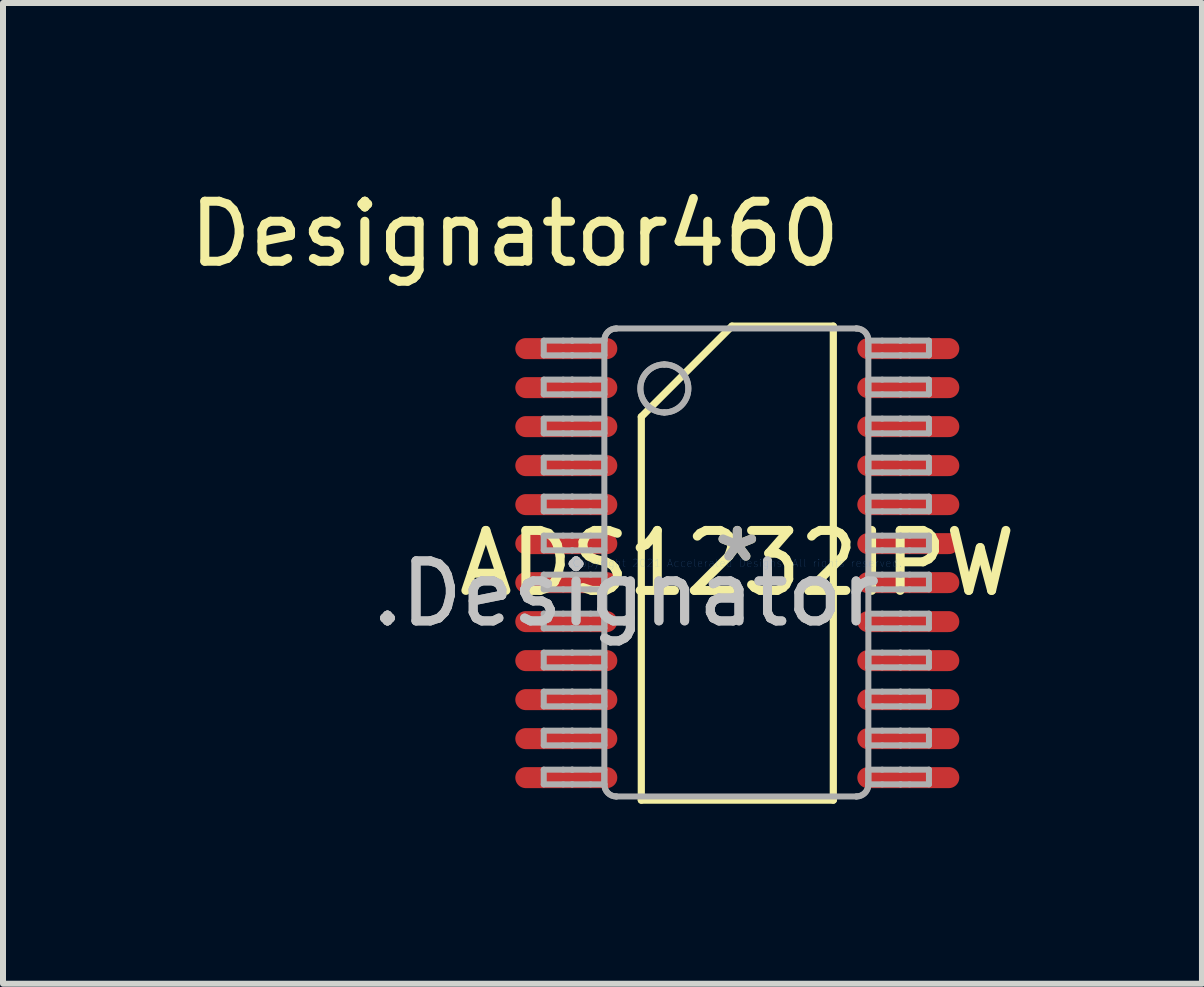
<source format=kicad_pcb>
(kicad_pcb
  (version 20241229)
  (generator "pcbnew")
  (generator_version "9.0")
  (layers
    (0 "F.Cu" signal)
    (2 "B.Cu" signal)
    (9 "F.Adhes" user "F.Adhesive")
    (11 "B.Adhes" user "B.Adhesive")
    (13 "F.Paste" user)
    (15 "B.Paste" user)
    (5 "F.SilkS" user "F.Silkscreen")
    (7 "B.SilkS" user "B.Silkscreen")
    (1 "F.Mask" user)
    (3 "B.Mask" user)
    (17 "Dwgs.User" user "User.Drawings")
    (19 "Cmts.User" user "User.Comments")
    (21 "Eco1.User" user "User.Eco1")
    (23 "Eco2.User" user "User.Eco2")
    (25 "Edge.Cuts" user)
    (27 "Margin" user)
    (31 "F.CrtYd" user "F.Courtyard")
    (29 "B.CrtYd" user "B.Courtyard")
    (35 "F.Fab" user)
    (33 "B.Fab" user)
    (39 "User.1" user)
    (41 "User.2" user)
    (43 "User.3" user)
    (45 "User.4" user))
  (footprint "ADS1232IPW"
    (layer "F.Cu")
    (at 9.238 6.335)
    (property "Reference" "ADS1232IPW" (at 0 0 0) (layer "F.SilkS") (effects (font (size 1 1) (thickness 0.15))))
    (attr through_hole)
    (fp_line (start -1.6 -2.439) (end -0.089 -3.95) (stroke (width 0.12) (type solid)) (layer "F.SilkS"))
    (fp_line (start -1.6 3.95) (end -1.6 -2.439) (stroke (width 0.12) (type solid)) (layer "F.SilkS"))
    (fp_line (start -1.6 3.95) (end 1.6 3.95) (stroke (width 0.12) (type solid)) (layer "F.SilkS"))
    (fp_line (start -0.089 -3.95) (end 1.6 -3.95) (stroke (width 0.12) (type solid)) (layer "F.SilkS"))
    (fp_line (start 1.6 3.95) (end 1.6 -3.95) (stroke (width 0.12) (type solid)) (layer "F.SilkS"))
    (fp_line (start -3.226 -3.708) (end -2.902 -3.708) (stroke (width 0.1) (type solid)) (layer "F.Fab"))
    (fp_line (start -3.226 -3.463) (end -3.226 -3.708) (stroke (width 0.1) (type solid)) (layer "F.Fab"))
    (fp_line (start -3.226 -3.463) (end -2.902 -3.463) (stroke (width 0.1) (type solid)) (layer "F.Fab"))
    (fp_line (start -3.226 -3.058) (end -2.902 -3.058) (stroke (width 0.1) (type solid)) (layer "F.Fab"))
    (fp_line (start -3.226 -2.813) (end -3.226 -3.058) (stroke (width 0.1) (type solid)) (layer "F.Fab"))
    (fp_line (start -3.226 -2.813) (end -2.902 -2.813) (stroke (width 0.1) (type solid)) (layer "F.Fab"))
    (fp_line (start -3.226 -2.408) (end -2.902 -2.408) (stroke (width 0.1) (type solid)) (layer "F.Fab"))
    (fp_line (start -3.226 -2.163) (end -3.226 -2.408) (stroke (width 0.1) (type solid)) (layer "F.Fab"))
    (fp_line (start -3.226 -2.163) (end -2.902 -2.163) (stroke (width 0.1) (type solid)) (layer "F.Fab"))
    (fp_line (start -3.226 -1.758) (end -2.902 -1.758) (stroke (width 0.1) (type solid)) (layer "F.Fab"))
    (fp_line (start -3.226 -1.513) (end -3.226 -1.758) (stroke (width 0.1) (type solid)) (layer "F.Fab"))
    (fp_line (start -3.226 -1.513) (end -2.902 -1.513) (stroke (width 0.1) (type solid)) (layer "F.Fab"))
    (fp_line (start -3.226 -1.108) (end -2.902 -1.108) (stroke (width 0.1) (type solid)) (layer "F.Fab"))
    (fp_line (start -3.226 -0.863) (end -3.226 -1.108) (stroke (width 0.1) (type solid)) (layer "F.Fab"))
    (fp_line (start -3.226 -0.863) (end -2.902 -0.863) (stroke (width 0.1) (type solid)) (layer "F.Fab"))
    (fp_line (start -3.226 -0.458) (end -2.902 -0.458) (stroke (width 0.1) (type solid)) (layer "F.Fab"))
    (fp_line (start -3.226 -0.213) (end -3.226 -0.458) (stroke (width 0.1) (type solid)) (layer "F.Fab"))
    (fp_line (start -3.226 -0.213) (end -2.902 -0.213) (stroke (width 0.1) (type solid)) (layer "F.Fab"))
    (fp_line (start -3.226 0.192) (end -2.902 0.192) (stroke (width 0.1) (type solid)) (layer "F.Fab"))
    (fp_line (start -3.226 0.437) (end -3.226 0.192) (stroke (width 0.1) (type solid)) (layer "F.Fab"))
    (fp_line (start -3.226 0.437) (end -2.902 0.437) (stroke (width 0.1) (type solid)) (layer "F.Fab"))
    (fp_line (start -3.226 0.842) (end -2.902 0.842) (stroke (width 0.1) (type solid)) (layer "F.Fab"))
    (fp_line (start -3.226 1.087) (end -3.226 0.842) (stroke (width 0.1) (type solid)) (layer "F.Fab"))
    (fp_line (start -3.226 1.087) (end -2.902 1.087) (stroke (width 0.1) (type solid)) (layer "F.Fab"))
    (fp_line (start -3.226 1.492) (end -2.902 1.492) (stroke (width 0.1) (type solid)) (layer "F.Fab"))
    (fp_line (start -3.226 1.737) (end -3.226 1.492) (stroke (width 0.1) (type solid)) (layer "F.Fab"))
    (fp_line (start -3.226 1.737) (end -2.902 1.737) (stroke (width 0.1) (type solid)) (layer "F.Fab"))
    (fp_line (start -3.226 2.142) (end -2.902 2.142) (stroke (width 0.1) (type solid)) (layer "F.Fab"))
    (fp_line (start -3.226 2.387) (end -3.226 2.142) (stroke (width 0.1) (type solid)) (layer "F.Fab"))
    (fp_line (start -3.226 2.387) (end -2.902 2.387) (stroke (width 0.1) (type solid)) (layer "F.Fab"))
    (fp_line (start -3.226 2.792) (end -2.902 2.792) (stroke (width 0.1) (type solid)) (layer "F.Fab"))
    (fp_line (start -3.226 3.037) (end -3.226 2.792) (stroke (width 0.1) (type solid)) (layer "F.Fab"))
    (fp_line (start -3.226 3.037) (end -2.902 3.037) (stroke (width 0.1) (type solid)) (layer "F.Fab"))
    (fp_line (start -3.226 3.442) (end -2.902 3.442) (stroke (width 0.1) (type solid)) (layer "F.Fab"))
    (fp_line (start -3.226 3.687) (end -3.226 3.442) (stroke (width 0.1) (type solid)) (layer "F.Fab"))
    (fp_line (start -3.226 3.687) (end -2.902 3.687) (stroke (width 0.1) (type solid)) (layer "F.Fab"))
    (fp_line (start -2.902 -3.708) (end -2.755 -3.708) (stroke (width 0.1) (type solid)) (layer "F.Fab"))
    (fp_line (start -2.902 -3.463) (end -2.755 -3.463) (stroke (width 0.1) (type solid)) (layer "F.Fab"))
    (fp_line (start -2.902 -3.058) (end -2.755 -3.058) (stroke (width 0.1) (type solid)) (layer "F.Fab"))
    (fp_line (start -2.902 -2.813) (end -2.755 -2.813) (stroke (width 0.1) (type solid)) (layer "F.Fab"))
    (fp_line (start -2.902 -2.408) (end -2.755 -2.408) (stroke (width 0.1) (type solid)) (layer "F.Fab"))
    (fp_line (start -2.902 -2.163) (end -2.755 -2.163) (stroke (width 0.1) (type solid)) (layer "F.Fab"))
    (fp_line (start -2.902 -1.758) (end -2.755 -1.758) (stroke (width 0.1) (type solid)) (layer "F.Fab"))
    (fp_line (start -2.902 -1.513) (end -2.755 -1.513) (stroke (width 0.1) (type solid)) (layer "F.Fab"))
    (fp_line (start -2.902 -1.108) (end -2.755 -1.108) (stroke (width 0.1) (type solid)) (layer "F.Fab"))
    (fp_line (start -2.902 -0.863) (end -2.755 -0.863) (stroke (width 0.1) (type solid)) (layer "F.Fab"))
    (fp_line (start -2.902 -0.458) (end -2.755 -0.458) (stroke (width 0.1) (type solid)) (layer "F.Fab"))
    (fp_line (start -2.902 -0.213) (end -2.755 -0.213) (stroke (width 0.1) (type solid)) (layer "F.Fab"))
    (fp_line (start -2.902 0.192) (end -2.755 0.192) (stroke (width 0.1) (type solid)) (layer "F.Fab"))
    (fp_line (start -2.902 0.437) (end -2.755 0.437) (stroke (width 0.1) (type solid)) (layer "F.Fab"))
    (fp_line (start -2.902 0.842) (end -2.755 0.842) (stroke (width 0.1) (type solid)) (layer "F.Fab"))
    (fp_line (start -2.902 1.087) (end -2.755 1.087) (stroke (width 0.1) (type solid)) (layer "F.Fab"))
    (fp_line (start -2.902 1.492) (end -2.755 1.492) (stroke (width 0.1) (type solid)) (layer "F.Fab"))
    (fp_line (start -2.902 1.737) (end -2.755 1.737) (stroke (width 0.1) (type solid)) (layer "F.Fab"))
    (fp_line (start -2.902 2.142) (end -2.755 2.142) (stroke (width 0.1) (type solid)) (layer "F.Fab"))
    (fp_line (start -2.902 2.387) (end -2.755 2.387) (stroke (width 0.1) (type solid)) (layer "F.Fab"))
    (fp_line (start -2.902 2.792) (end -2.755 2.792) (stroke (width 0.1) (type solid)) (layer "F.Fab"))
    (fp_line (start -2.902 3.037) (end -2.755 3.037) (stroke (width 0.1) (type solid)) (layer "F.Fab"))
    (fp_line (start -2.902 3.442) (end -2.755 3.442) (stroke (width 0.1) (type solid)) (layer "F.Fab"))
    (fp_line (start -2.902 3.687) (end -2.755 3.687) (stroke (width 0.1) (type solid)) (layer "F.Fab"))
    (fp_line (start -2.755 -3.708) (end -2.749 -3.708) (stroke (width 0.1) (type solid)) (layer "F.Fab"))
    (fp_line (start -2.755 -3.463) (end -2.749 -3.463) (stroke (width 0.1) (type solid)) (layer "F.Fab"))
    (fp_line (start -2.755 -3.058) (end -2.749 -3.058) (stroke (width 0.1) (type solid)) (layer "F.Fab"))
    (fp_line (start -2.755 -2.813) (end -2.749 -2.813) (stroke (width 0.1) (type solid)) (layer "F.Fab"))
    (fp_line (start -2.755 -2.408) (end -2.749 -2.408) (stroke (width 0.1) (type solid)) (layer "F.Fab"))
    (fp_line (start -2.755 -2.163) (end -2.749 -2.163) (stroke (width 0.1) (type solid)) (layer "F.Fab"))
    (fp_line (start -2.755 -1.758) (end -2.749 -1.758) (stroke (width 0.1) (type solid)) (layer "F.Fab"))
    (fp_line (start -2.755 -1.513) (end -2.749 -1.513) (stroke (width 0.1) (type solid)) (layer "F.Fab"))
    (fp_line (start -2.755 -1.108) (end -2.749 -1.108) (stroke (width 0.1) (type solid)) (layer "F.Fab"))
    (fp_line (start -2.755 -0.863) (end -2.749 -0.863) (stroke (width 0.1) (type solid)) (layer "F.Fab"))
    (fp_line (start -2.755 -0.458) (end -2.749 -0.458) (stroke (width 0.1) (type solid)) (layer "F.Fab"))
    (fp_line (start -2.755 -0.213) (end -2.749 -0.213) (stroke (width 0.1) (type solid)) (layer "F.Fab"))
    (fp_line (start -2.755 0.192) (end -2.749 0.192) (stroke (width 0.1) (type solid)) (layer "F.Fab"))
    (fp_line (start -2.755 0.437) (end -2.749 0.437) (stroke (width 0.1) (type solid)) (layer "F.Fab"))
    (fp_line (start -2.755 0.842) (end -2.749 0.842) (stroke (width 0.1) (type solid)) (layer "F.Fab"))
    (fp_line (start -2.755 1.087) (end -2.749 1.087) (stroke (width 0.1) (type solid)) (layer "F.Fab"))
    (fp_line (start -2.755 1.492) (end -2.749 1.492) (stroke (width 0.1) (type solid)) (layer "F.Fab"))
    (fp_line (start -2.755 1.737) (end -2.749 1.737) (stroke (width 0.1) (type solid)) (layer "F.Fab"))
    (fp_line (start -2.755 2.142) (end -2.749 2.142) (stroke (width 0.1) (type solid)) (layer "F.Fab"))
    (fp_line (start -2.755 2.387) (end -2.749 2.387) (stroke (width 0.1) (type solid)) (layer "F.Fab"))
    (fp_line (start -2.755 2.792) (end -2.749 2.792) (stroke (width 0.1) (type solid)) (layer "F.Fab"))
    (fp_line (start -2.755 3.037) (end -2.749 3.037) (stroke (width 0.1) (type solid)) (layer "F.Fab"))
    (fp_line (start -2.755 3.442) (end -2.749 3.442) (stroke (width 0.1) (type solid)) (layer "F.Fab"))
    (fp_line (start -2.755 3.687) (end -2.749 3.687) (stroke (width 0.1) (type solid)) (layer "F.Fab"))
    (fp_line (start -2.749 -3.708) (end -2.446 -3.708) (stroke (width 0.1) (type solid)) (layer "F.Fab"))
    (fp_line (start -2.749 -3.463) (end -2.446 -3.463) (stroke (width 0.1) (type solid)) (layer "F.Fab"))
    (fp_line (start -2.749 -3.058) (end -2.446 -3.058) (stroke (width 0.1) (type solid)) (layer "F.Fab"))
    (fp_line (start -2.749 -2.813) (end -2.446 -2.813) (stroke (width 0.1) (type solid)) (layer "F.Fab"))
    (fp_line (start -2.749 -2.408) (end -2.446 -2.408) (stroke (width 0.1) (type solid)) (layer "F.Fab"))
    (fp_line (start -2.749 -2.163) (end -2.446 -2.163) (stroke (width 0.1) (type solid)) (layer "F.Fab"))
    (fp_line (start -2.749 -1.758) (end -2.446 -1.758) (stroke (width 0.1) (type solid)) (layer "F.Fab"))
    (fp_line (start -2.749 -1.513) (end -2.446 -1.513) (stroke (width 0.1) (type solid)) (layer "F.Fab"))
    (fp_line (start -2.749 -1.108) (end -2.446 -1.108) (stroke (width 0.1) (type solid)) (layer "F.Fab"))
    (fp_line (start -2.749 -0.863) (end -2.446 -0.863) (stroke (width 0.1) (type solid)) (layer "F.Fab"))
    (fp_line (start -2.749 -0.458) (end -2.446 -0.458) (stroke (width 0.1) (type solid)) (layer "F.Fab"))
    (fp_line (start -2.749 -0.213) (end -2.446 -0.213) (stroke (width 0.1) (type solid)) (layer "F.Fab"))
    (fp_line (start -2.749 0.192) (end -2.446 0.192) (stroke (width 0.1) (type solid)) (layer "F.Fab"))
    (fp_line (start -2.749 0.437) (end -2.446 0.437) (stroke (width 0.1) (type solid)) (layer "F.Fab"))
    (fp_line (start -2.749 0.842) (end -2.446 0.842) (stroke (width 0.1) (type solid)) (layer "F.Fab"))
    (fp_line (start -2.749 1.087) (end -2.446 1.087) (stroke (width 0.1) (type solid)) (layer "F.Fab"))
    (fp_line (start -2.749 1.492) (end -2.446 1.492) (stroke (width 0.1) (type solid)) (layer "F.Fab"))
    (fp_line (start -2.749 1.737) (end -2.446 1.737) (stroke (width 0.1) (type solid)) (layer "F.Fab"))
    (fp_line (start -2.749 2.142) (end -2.446 2.142) (stroke (width 0.1) (type solid)) (layer "F.Fab"))
    (fp_line (start -2.749 2.387) (end -2.446 2.387) (stroke (width 0.1) (type solid)) (layer "F.Fab"))
    (fp_line (start -2.749 2.792) (end -2.446 2.792) (stroke (width 0.1) (type solid)) (layer "F.Fab"))
    (fp_line (start -2.749 3.037) (end -2.446 3.037) (stroke (width 0.1) (type solid)) (layer "F.Fab"))
    (fp_line (start -2.749 3.442) (end -2.446 3.442) (stroke (width 0.1) (type solid)) (layer "F.Fab"))
    (fp_line (start -2.749 3.687) (end -2.446 3.687) (stroke (width 0.1) (type solid)) (layer "F.Fab"))
    (fp_line (start -2.446 -3.708) (end -2.216 -3.708) (stroke (width 0.1) (type solid)) (layer "F.Fab"))
    (fp_line (start -2.446 -3.463) (end -2.216 -3.463) (stroke (width 0.1) (type solid)) (layer "F.Fab"))
    (fp_line (start -2.446 -3.058) (end -2.216 -3.058) (stroke (width 0.1) (type solid)) (layer "F.Fab"))
    (fp_line (start -2.446 -2.813) (end -2.216 -2.813) (stroke (width 0.1) (type solid)) (layer "F.Fab"))
    (fp_line (start -2.446 -2.408) (end -2.216 -2.408) (stroke (width 0.1) (type solid)) (layer "F.Fab"))
    (fp_line (start -2.446 -2.163) (end -2.216 -2.163) (stroke (width 0.1) (type solid)) (layer "F.Fab"))
    (fp_line (start -2.446 -1.758) (end -2.216 -1.758) (stroke (width 0.1) (type solid)) (layer "F.Fab"))
    (fp_line (start -2.446 -1.513) (end -2.216 -1.513) (stroke (width 0.1) (type solid)) (layer "F.Fab"))
    (fp_line (start -2.446 -1.108) (end -2.216 -1.108) (stroke (width 0.1) (type solid)) (layer "F.Fab"))
    (fp_line (start -2.446 -0.863) (end -2.216 -0.863) (stroke (width 0.1) (type solid)) (layer "F.Fab"))
    (fp_line (start -2.446 -0.458) (end -2.216 -0.458) (stroke (width 0.1) (type solid)) (layer "F.Fab"))
    (fp_line (start -2.446 -0.213) (end -2.216 -0.213) (stroke (width 0.1) (type solid)) (layer "F.Fab"))
    (fp_line (start -2.446 0.192) (end -2.216 0.192) (stroke (width 0.1) (type solid)) (layer "F.Fab"))
    (fp_line (start -2.446 0.437) (end -2.216 0.437) (stroke (width 0.1) (type solid)) (layer "F.Fab"))
    (fp_line (start -2.446 0.842) (end -2.216 0.842) (stroke (width 0.1) (type solid)) (layer "F.Fab"))
    (fp_line (start -2.446 1.087) (end -2.216 1.087) (stroke (width 0.1) (type solid)) (layer "F.Fab"))
    (fp_line (start -2.446 1.492) (end -2.216 1.492) (stroke (width 0.1) (type solid)) (layer "F.Fab"))
    (fp_line (start -2.446 1.737) (end -2.216 1.737) (stroke (width 0.1) (type solid)) (layer "F.Fab"))
    (fp_line (start -2.446 2.142) (end -2.216 2.142) (stroke (width 0.1) (type solid)) (layer "F.Fab"))
    (fp_line (start -2.446 2.387) (end -2.216 2.387) (stroke (width 0.1) (type solid)) (layer "F.Fab"))
    (fp_line (start -2.446 2.792) (end -2.216 2.792) (stroke (width 0.1) (type solid)) (layer "F.Fab"))
    (fp_line (start -2.446 3.037) (end -2.216 3.037) (stroke (width 0.1) (type solid)) (layer "F.Fab"))
    (fp_line (start -2.446 3.442) (end -2.216 3.442) (stroke (width 0.1) (type solid)) (layer "F.Fab"))
    (fp_line (start -2.446 3.687) (end -2.216 3.687) (stroke (width 0.1) (type solid)) (layer "F.Fab"))
    (fp_line (start -2.216 -3.463) (end -2.216 -3.708) (stroke (width 0.1) (type solid)) (layer "F.Fab"))
    (fp_line (start -2.216 -2.813) (end -2.216 -3.058) (stroke (width 0.1) (type solid)) (layer "F.Fab"))
    (fp_line (start -2.216 -2.163) (end -2.216 -2.408) (stroke (width 0.1) (type solid)) (layer "F.Fab"))
    (fp_line (start -2.216 -1.513) (end -2.216 -1.758) (stroke (width 0.1) (type solid)) (layer "F.Fab"))
    (fp_line (start -2.216 -0.863) (end -2.216 -1.108) (stroke (width 0.1) (type solid)) (layer "F.Fab"))
    (fp_line (start -2.216 -0.213) (end -2.216 -0.458) (stroke (width 0.1) (type solid)) (layer "F.Fab"))
    (fp_line (start -2.216 0.437) (end -2.216 0.192) (stroke (width 0.1) (type solid)) (layer "F.Fab"))
    (fp_line (start -2.216 1.087) (end -2.216 0.842) (stroke (width 0.1) (type solid)) (layer "F.Fab"))
    (fp_line (start -2.216 1.737) (end -2.216 1.492) (stroke (width 0.1) (type solid)) (layer "F.Fab"))
    (fp_line (start -2.216 2.387) (end -2.216 2.142) (stroke (width 0.1) (type solid)) (layer "F.Fab"))
    (fp_line (start -2.216 3.037) (end -2.216 2.792) (stroke (width 0.1) (type solid)) (layer "F.Fab"))
    (fp_line (start -2.216 3.687) (end -2.216 3.442) (stroke (width 0.1) (type solid)) (layer "F.Fab"))
    (fp_line (start -2.216 3.689) (end -2.216 -3.711) (stroke (width 0.1) (type solid)) (layer "F.Fab"))
    (fp_line (start -2.016 -3.911) (end 1.984 -3.911) (stroke (width 0.1) (type solid)) (layer "F.Fab"))
    (fp_line (start -2.016 3.889) (end 1.984 3.889) (stroke (width 0.1) (type solid)) (layer "F.Fab"))
    (fp_line (start 2.184 -3.708) (end 2.415 -3.708) (stroke (width 0.1) (type solid)) (layer "F.Fab"))
    (fp_line (start 2.184 -3.463) (end 2.184 -3.708) (stroke (width 0.1) (type solid)) (layer "F.Fab"))
    (fp_line (start 2.184 -3.463) (end 2.415 -3.463) (stroke (width 0.1) (type solid)) (layer "F.Fab"))
    (fp_line (start 2.184 -3.058) (end 2.415 -3.058) (stroke (width 0.1) (type solid)) (layer "F.Fab"))
    (fp_line (start 2.184 -2.813) (end 2.184 -3.058) (stroke (width 0.1) (type solid)) (layer "F.Fab"))
    (fp_line (start 2.184 -2.813) (end 2.415 -2.813) (stroke (width 0.1) (type solid)) (layer "F.Fab"))
    (fp_line (start 2.184 -2.408) (end 2.415 -2.408) (stroke (width 0.1) (type solid)) (layer "F.Fab"))
    (fp_line (start 2.184 -2.163) (end 2.184 -2.408) (stroke (width 0.1) (type solid)) (layer "F.Fab"))
    (fp_line (start 2.184 -2.163) (end 2.415 -2.163) (stroke (width 0.1) (type solid)) (layer "F.Fab"))
    (fp_line (start 2.184 -1.758) (end 2.415 -1.758) (stroke (width 0.1) (type solid)) (layer "F.Fab"))
    (fp_line (start 2.184 -1.513) (end 2.184 -1.758) (stroke (width 0.1) (type solid)) (layer "F.Fab"))
    (fp_line (start 2.184 -1.513) (end 2.415 -1.513) (stroke (width 0.1) (type solid)) (layer "F.Fab"))
    (fp_line (start 2.184 -1.108) (end 2.415 -1.108) (stroke (width 0.1) (type solid)) (layer "F.Fab"))
    (fp_line (start 2.184 -0.863) (end 2.184 -1.108) (stroke (width 0.1) (type solid)) (layer "F.Fab"))
    (fp_line (start 2.184 -0.863) (end 2.415 -0.863) (stroke (width 0.1) (type solid)) (layer "F.Fab"))
    (fp_line (start 2.184 -0.458) (end 2.415 -0.458) (stroke (width 0.1) (type solid)) (layer "F.Fab"))
    (fp_line (start 2.184 -0.213) (end 2.184 -0.458) (stroke (width 0.1) (type solid)) (layer "F.Fab"))
    (fp_line (start 2.184 -0.213) (end 2.415 -0.213) (stroke (width 0.1) (type solid)) (layer "F.Fab"))
    (fp_line (start 2.184 0.192) (end 2.415 0.192) (stroke (width 0.1) (type solid)) (layer "F.Fab"))
    (fp_line (start 2.184 0.437) (end 2.184 0.192) (stroke (width 0.1) (type solid)) (layer "F.Fab"))
    (fp_line (start 2.184 0.437) (end 2.415 0.437) (stroke (width 0.1) (type solid)) (layer "F.Fab"))
    (fp_line (start 2.184 0.842) (end 2.415 0.842) (stroke (width 0.1) (type solid)) (layer "F.Fab"))
    (fp_line (start 2.184 1.087) (end 2.184 0.842) (stroke (width 0.1) (type solid)) (layer "F.Fab"))
    (fp_line (start 2.184 1.087) (end 2.415 1.087) (stroke (width 0.1) (type solid)) (layer "F.Fab"))
    (fp_line (start 2.184 1.492) (end 2.415 1.492) (stroke (width 0.1) (type solid)) (layer "F.Fab"))
    (fp_line (start 2.184 1.737) (end 2.184 1.492) (stroke (width 0.1) (type solid)) (layer "F.Fab"))
    (fp_line (start 2.184 1.737) (end 2.415 1.737) (stroke (width 0.1) (type solid)) (layer "F.Fab"))
    (fp_line (start 2.184 2.142) (end 2.415 2.142) (stroke (width 0.1) (type solid)) (layer "F.Fab"))
    (fp_line (start 2.184 2.387) (end 2.184 2.142) (stroke (width 0.1) (type solid)) (layer "F.Fab"))
    (fp_line (start 2.184 2.387) (end 2.415 2.387) (stroke (width 0.1) (type solid)) (layer "F.Fab"))
    (fp_line (start 2.184 2.792) (end 2.415 2.792) (stroke (width 0.1) (type solid)) (layer "F.Fab"))
    (fp_line (start 2.184 3.037) (end 2.184 2.792) (stroke (width 0.1) (type solid)) (layer "F.Fab"))
    (fp_line (start 2.184 3.037) (end 2.415 3.037) (stroke (width 0.1) (type solid)) (layer "F.Fab"))
    (fp_line (start 2.184 3.442) (end 2.415 3.442) (stroke (width 0.1) (type solid)) (layer "F.Fab"))
    (fp_line (start 2.184 3.687) (end 2.184 3.442) (stroke (width 0.1) (type solid)) (layer "F.Fab"))
    (fp_line (start 2.184 3.687) (end 2.415 3.687) (stroke (width 0.1) (type solid)) (layer "F.Fab"))
    (fp_line (start 2.184 3.689) (end 2.184 -3.711) (stroke (width 0.1) (type solid)) (layer "F.Fab"))
    (fp_line (start 2.415 -3.708) (end 2.718 -3.708) (stroke (width 0.1) (type solid)) (layer "F.Fab"))
    (fp_line (start 2.415 -3.463) (end 2.718 -3.463) (stroke (width 0.1) (type solid)) (layer "F.Fab"))
    (fp_line (start 2.415 -3.058) (end 2.718 -3.058) (stroke (width 0.1) (type solid)) (layer "F.Fab"))
    (fp_line (start 2.415 -2.813) (end 2.718 -2.813) (stroke (width 0.1) (type solid)) (layer "F.Fab"))
    (fp_line (start 2.415 -2.408) (end 2.718 -2.408) (stroke (width 0.1) (type solid)) (layer "F.Fab"))
    (fp_line (start 2.415 -2.163) (end 2.718 -2.163) (stroke (width 0.1) (type solid)) (layer "F.Fab"))
    (fp_line (start 2.415 -1.758) (end 2.718 -1.758) (stroke (width 0.1) (type solid)) (layer "F.Fab"))
    (fp_line (start 2.415 -1.513) (end 2.718 -1.513) (stroke (width 0.1) (type solid)) (layer "F.Fab"))
    (fp_line (start 2.415 -1.108) (end 2.718 -1.108) (stroke (width 0.1) (type solid)) (layer "F.Fab"))
    (fp_line (start 2.415 -0.863) (end 2.718 -0.863) (stroke (width 0.1) (type solid)) (layer "F.Fab"))
    (fp_line (start 2.415 -0.458) (end 2.718 -0.458) (stroke (width 0.1) (type solid)) (layer "F.Fab"))
    (fp_line (start 2.415 -0.213) (end 2.718 -0.213) (stroke (width 0.1) (type solid)) (layer "F.Fab"))
    (fp_line (start 2.415 0.192) (end 2.718 0.192) (stroke (width 0.1) (type solid)) (layer "F.Fab"))
    (fp_line (start 2.415 0.437) (end 2.718 0.437) (stroke (width 0.1) (type solid)) (layer "F.Fab"))
    (fp_line (start 2.415 0.842) (end 2.718 0.842) (stroke (width 0.1) (type solid)) (layer "F.Fab"))
    (fp_line (start 2.415 1.087) (end 2.718 1.087) (stroke (width 0.1) (type solid)) (layer "F.Fab"))
    (fp_line (start 2.415 1.492) (end 2.718 1.492) (stroke (width 0.1) (type solid)) (layer "F.Fab"))
    (fp_line (start 2.415 1.737) (end 2.718 1.737) (stroke (width 0.1) (type solid)) (layer "F.Fab"))
    (fp_line (start 2.415 2.142) (end 2.718 2.142) (stroke (width 0.1) (type solid)) (layer "F.Fab"))
    (fp_line (start 2.415 2.387) (end 2.718 2.387) (stroke (width 0.1) (type solid)) (layer "F.Fab"))
    (fp_line (start 2.415 2.792) (end 2.718 2.792) (stroke (width 0.1) (type solid)) (layer "F.Fab"))
    (fp_line (start 2.415 3.037) (end 2.718 3.037) (stroke (width 0.1) (type solid)) (layer "F.Fab"))
    (fp_line (start 2.415 3.442) (end 2.718 3.442) (stroke (width 0.1) (type solid)) (layer "F.Fab"))
    (fp_line (start 2.415 3.687) (end 2.718 3.687) (stroke (width 0.1) (type solid)) (layer "F.Fab"))
    (fp_line (start 2.718 -3.708) (end 2.723 -3.708) (stroke (width 0.1) (type solid)) (layer "F.Fab"))
    (fp_line (start 2.718 -3.463) (end 2.723 -3.463) (stroke (width 0.1) (type solid)) (layer "F.Fab"))
    (fp_line (start 2.718 -3.058) (end 2.723 -3.058) (stroke (width 0.1) (type solid)) (layer "F.Fab"))
    (fp_line (start 2.718 -2.813) (end 2.723 -2.813) (stroke (width 0.1) (type solid)) (layer "F.Fab"))
    (fp_line (start 2.718 -2.408) (end 2.723 -2.408) (stroke (width 0.1) (type solid)) (layer "F.Fab"))
    (fp_line (start 2.718 -2.163) (end 2.723 -2.163) (stroke (width 0.1) (type solid)) (layer "F.Fab"))
    (fp_line (start 2.718 -1.758) (end 2.723 -1.758) (stroke (width 0.1) (type solid)) (layer "F.Fab"))
    (fp_line (start 2.718 -1.513) (end 2.723 -1.513) (stroke (width 0.1) (type solid)) (layer "F.Fab"))
    (fp_line (start 2.718 -1.108) (end 2.723 -1.108) (stroke (width 0.1) (type solid)) (layer "F.Fab"))
    (fp_line (start 2.718 -0.863) (end 2.723 -0.863) (stroke (width 0.1) (type solid)) (layer "F.Fab"))
    (fp_line (start 2.718 -0.458) (end 2.723 -0.458) (stroke (width 0.1) (type solid)) (layer "F.Fab"))
    (fp_line (start 2.718 -0.213) (end 2.723 -0.213) (stroke (width 0.1) (type solid)) (layer "F.Fab"))
    (fp_line (start 2.718 0.192) (end 2.723 0.192) (stroke (width 0.1) (type solid)) (layer "F.Fab"))
    (fp_line (start 2.718 0.437) (end 2.723 0.437) (stroke (width 0.1) (type solid)) (layer "F.Fab"))
    (fp_line (start 2.718 0.842) (end 2.723 0.842) (stroke (width 0.1) (type solid)) (layer "F.Fab"))
    (fp_line (start 2.718 1.087) (end 2.723 1.087) (stroke (width 0.1) (type solid)) (layer "F.Fab"))
    (fp_line (start 2.718 1.492) (end 2.723 1.492) (stroke (width 0.1) (type solid)) (layer "F.Fab"))
    (fp_line (start 2.718 1.737) (end 2.723 1.737) (stroke (width 0.1) (type solid)) (layer "F.Fab"))
    (fp_line (start 2.718 2.142) (end 2.723 2.142) (stroke (width 0.1) (type solid)) (layer "F.Fab"))
    (fp_line (start 2.718 2.387) (end 2.723 2.387) (stroke (width 0.1) (type solid)) (layer "F.Fab"))
    (fp_line (start 2.718 2.792) (end 2.723 2.792) (stroke (width 0.1) (type solid)) (layer "F.Fab"))
    (fp_line (start 2.718 3.037) (end 2.723 3.037) (stroke (width 0.1) (type solid)) (layer "F.Fab"))
    (fp_line (start 2.718 3.442) (end 2.723 3.442) (stroke (width 0.1) (type solid)) (layer "F.Fab"))
    (fp_line (start 2.718 3.687) (end 2.723 3.687) (stroke (width 0.1) (type solid)) (layer "F.Fab"))
    (fp_line (start 2.723 -3.708) (end 2.871 -3.708) (stroke (width 0.1) (type solid)) (layer "F.Fab"))
    (fp_line (start 2.723 -3.463) (end 2.871 -3.463) (stroke (width 0.1) (type solid)) (layer "F.Fab"))
    (fp_line (start 2.723 -3.058) (end 2.871 -3.058) (stroke (width 0.1) (type solid)) (layer "F.Fab"))
    (fp_line (start 2.723 -2.813) (end 2.871 -2.813) (stroke (width 0.1) (type solid)) (layer "F.Fab"))
    (fp_line (start 2.723 -2.408) (end 2.871 -2.408) (stroke (width 0.1) (type solid)) (layer "F.Fab"))
    (fp_line (start 2.723 -2.163) (end 2.871 -2.163) (stroke (width 0.1) (type solid)) (layer "F.Fab"))
    (fp_line (start 2.723 -1.758) (end 2.871 -1.758) (stroke (width 0.1) (type solid)) (layer "F.Fab"))
    (fp_line (start 2.723 -1.513) (end 2.871 -1.513) (stroke (width 0.1) (type solid)) (layer "F.Fab"))
    (fp_line (start 2.723 -1.108) (end 2.871 -1.108) (stroke (width 0.1) (type solid)) (layer "F.Fab"))
    (fp_line (start 2.723 -0.863) (end 2.871 -0.863) (stroke (width 0.1) (type solid)) (layer "F.Fab"))
    (fp_line (start 2.723 -0.458) (end 2.871 -0.458) (stroke (width 0.1) (type solid)) (layer "F.Fab"))
    (fp_line (start 2.723 -0.213) (end 2.871 -0.213) (stroke (width 0.1) (type solid)) (layer "F.Fab"))
    (fp_line (start 2.723 0.192) (end 2.871 0.192) (stroke (width 0.1) (type solid)) (layer "F.Fab"))
    (fp_line (start 2.723 0.437) (end 2.871 0.437) (stroke (width 0.1) (type solid)) (layer "F.Fab"))
    (fp_line (start 2.723 0.842) (end 2.871 0.842) (stroke (width 0.1) (type solid)) (layer "F.Fab"))
    (fp_line (start 2.723 1.087) (end 2.871 1.087) (stroke (width 0.1) (type solid)) (layer "F.Fab"))
    (fp_line (start 2.723 1.492) (end 2.871 1.492) (stroke (width 0.1) (type solid)) (layer "F.Fab"))
    (fp_line (start 2.723 1.737) (end 2.871 1.737) (stroke (width 0.1) (type solid)) (layer "F.Fab"))
    (fp_line (start 2.723 2.142) (end 2.871 2.142) (stroke (width 0.1) (type solid)) (layer "F.Fab"))
    (fp_line (start 2.723 2.387) (end 2.871 2.387) (stroke (width 0.1) (type solid)) (layer "F.Fab"))
    (fp_line (start 2.723 2.792) (end 2.871 2.792) (stroke (width 0.1) (type solid)) (layer "F.Fab"))
    (fp_line (start 2.723 3.037) (end 2.871 3.037) (stroke (width 0.1) (type solid)) (layer "F.Fab"))
    (fp_line (start 2.723 3.442) (end 2.871 3.442) (stroke (width 0.1) (type solid)) (layer "F.Fab"))
    (fp_line (start 2.723 3.687) (end 2.871 3.687) (stroke (width 0.1) (type solid)) (layer "F.Fab"))
    (fp_line (start 2.871 -3.708) (end 3.194 -3.708) (stroke (width 0.1) (type solid)) (layer "F.Fab"))
    (fp_line (start 2.871 -3.463) (end 3.194 -3.463) (stroke (width 0.1) (type solid)) (layer "F.Fab"))
    (fp_line (start 2.871 -3.058) (end 3.194 -3.058) (stroke (width 0.1) (type solid)) (layer "F.Fab"))
    (fp_line (start 2.871 -2.813) (end 3.194 -2.813) (stroke (width 0.1) (type solid)) (layer "F.Fab"))
    (fp_line (start 2.871 -2.408) (end 3.194 -2.408) (stroke (width 0.1) (type solid)) (layer "F.Fab"))
    (fp_line (start 2.871 -2.163) (end 3.194 -2.163) (stroke (width 0.1) (type solid)) (layer "F.Fab"))
    (fp_line (start 2.871 -1.758) (end 3.194 -1.758) (stroke (width 0.1) (type solid)) (layer "F.Fab"))
    (fp_line (start 2.871 -1.513) (end 3.194 -1.513) (stroke (width 0.1) (type solid)) (layer "F.Fab"))
    (fp_line (start 2.871 -1.108) (end 3.194 -1.108) (stroke (width 0.1) (type solid)) (layer "F.Fab"))
    (fp_line (start 2.871 -0.863) (end 3.194 -0.863) (stroke (width 0.1) (type solid)) (layer "F.Fab"))
    (fp_line (start 2.871 -0.458) (end 3.194 -0.458) (stroke (width 0.1) (type solid)) (layer "F.Fab"))
    (fp_line (start 2.871 -0.213) (end 3.194 -0.213) (stroke (width 0.1) (type solid)) (layer "F.Fab"))
    (fp_line (start 2.871 0.192) (end 3.194 0.192) (stroke (width 0.1) (type solid)) (layer "F.Fab"))
    (fp_line (start 2.871 0.437) (end 3.194 0.437) (stroke (width 0.1) (type solid)) (layer "F.Fab"))
    (fp_line (start 2.871 0.842) (end 3.194 0.842) (stroke (width 0.1) (type solid)) (layer "F.Fab"))
    (fp_line (start 2.871 1.087) (end 3.194 1.087) (stroke (width 0.1) (type solid)) (layer "F.Fab"))
    (fp_line (start 2.871 1.492) (end 3.194 1.492) (stroke (width 0.1) (type solid)) (layer "F.Fab"))
    (fp_line (start 2.871 1.737) (end 3.194 1.737) (stroke (width 0.1) (type solid)) (layer "F.Fab"))
    (fp_line (start 2.871 2.142) (end 3.194 2.142) (stroke (width 0.1) (type solid)) (layer "F.Fab"))
    (fp_line (start 2.871 2.387) (end 3.194 2.387) (stroke (width 0.1) (type solid)) (layer "F.Fab"))
    (fp_line (start 2.871 2.792) (end 3.194 2.792) (stroke (width 0.1) (type solid)) (layer "F.Fab"))
    (fp_line (start 2.871 3.037) (end 3.194 3.037) (stroke (width 0.1) (type solid)) (layer "F.Fab"))
    (fp_line (start 2.871 3.442) (end 3.194 3.442) (stroke (width 0.1) (type solid)) (layer "F.Fab"))
    (fp_line (start 2.871 3.687) (end 3.194 3.687) (stroke (width 0.1) (type solid)) (layer "F.Fab"))
    (fp_line (start 3.194 -3.463) (end 3.194 -3.708) (stroke (width 0.1) (type solid)) (layer "F.Fab"))
    (fp_line (start 3.194 -2.813) (end 3.194 -3.058) (stroke (width 0.1) (type solid)) (layer "F.Fab"))
    (fp_line (start 3.194 -2.163) (end 3.194 -2.408) (stroke (width 0.1) (type solid)) (layer "F.Fab"))
    (fp_line (start 3.194 -1.513) (end 3.194 -1.758) (stroke (width 0.1) (type solid)) (layer "F.Fab"))
    (fp_line (start 3.194 -0.863) (end 3.194 -1.108) (stroke (width 0.1) (type solid)) (layer "F.Fab"))
    (fp_line (start 3.194 -0.213) (end 3.194 -0.458) (stroke (width 0.1) (type solid)) (layer "F.Fab"))
    (fp_line (start 3.194 0.437) (end 3.194 0.192) (stroke (width 0.1) (type solid)) (layer "F.Fab"))
    (fp_line (start 3.194 1.087) (end 3.194 0.842) (stroke (width 0.1) (type solid)) (layer "F.Fab"))
    (fp_line (start 3.194 1.737) (end 3.194 1.492) (stroke (width 0.1) (type solid)) (layer "F.Fab"))
    (fp_line (start 3.194 2.387) (end 3.194 2.142) (stroke (width 0.1) (type solid)) (layer "F.Fab"))
    (fp_line (start 3.194 3.037) (end 3.194 2.792) (stroke (width 0.1) (type solid)) (layer "F.Fab"))
    (fp_line (start 3.194 3.687) (end 3.194 3.442) (stroke (width 0.1) (type solid)) (layer "F.Fab"))
    (fp_arc (start -2.215692 -3.710915) (mid -2.157114 -3.852336) (end -2.015693 -3.910914) (stroke (width 0.1) (type solid)) (layer "F.Fab"))
    (fp_arc (start -2.215692 -3.710915) (mid -2.157114 -3.852336) (end -2.015693 -3.910914) (stroke (width 0.1) (type solid)) (layer "F.Fab"))
    (fp_arc (start -2.015693 3.889096) (mid -2.157114 3.830517) (end -2.215693 3.689096) (stroke (width 0.1) (type solid)) (layer "F.Fab"))
    (fp_arc (start -2.015693 3.889096) (mid -2.157114 3.830517) (end -2.215693 3.689096) (stroke (width 0.1) (type solid)) (layer "F.Fab"))
    (fp_arc (start -1.215695 -3.310915) (mid -0.815696 -2.910916) (end -1.215695 -2.510917) (stroke (width 0.1) (type solid)) (layer "F.Fab"))
    (fp_arc (start -1.215695 -3.310915) (mid -0.815696 -2.910916) (end -1.215695 -2.510917) (stroke (width 0.1) (type solid)) (layer "F.Fab"))
    (fp_arc (start -1.215695 -2.510917) (mid -1.615694 -2.910916) (end -1.215695 -3.310915) (stroke (width 0.1) (type solid)) (layer "F.Fab"))
    (fp_arc (start -1.215695 -2.510917) (mid -1.615694 -2.910916) (end -1.215695 -3.310915) (stroke (width 0.1) (type solid)) (layer "F.Fab"))
    (fp_arc (start 1.984299 -3.910914) (mid 2.12572 -3.852336) (end 2.184298 -3.710915) (stroke (width 0.1) (type solid)) (layer "F.Fab"))
    (fp_arc (start 1.984299 -3.910914) (mid 2.12572 -3.852336) (end 2.184298 -3.710915) (stroke (width 0.1) (type solid)) (layer "F.Fab"))
    (fp_arc (start 2.184299 3.689096) (mid 2.12572 3.830517) (end 1.984299 3.889096) (stroke (width 0.1) (type solid)) (layer "F.Fab"))
    (fp_arc (start 2.184299 3.689096) (mid 2.12572 3.830517) (end 1.984299 3.889096) (stroke (width 0.1) (type solid)) (layer "F.Fab"))
    (fp_text user "Designator460" (at -3.708 -5.486 0) (layer "F.SilkS") (effects (font (size 1 1) (thickness 0.15))))
    (fp_text user "*" (at 0 0 0) (layer "F.SilkS") (effects (font (size 1 1) (thickness 0.15))))
    (fp_text user ".Designator" (at -1.854 0.508 0) (layer "Dwgs.User") (effects (font (size 1 1) (thickness 0.15))))
    (fp_text user "Copyright 2021 Accelerated Designs. All rights reserved." (at 0 0 0) (layer "Cmts.User") (effects (font (size 0.127 0.127) (thickness 0.002))))
    (fp_text user ".Designator" (at -1.854 0.508 0) (layer "F.Fab") (effects (font (size 1 1) (thickness 0.15))))
    (fp_text user "*" (at 0 0 0) (layer "F.Fab") (effects (font (size 1 1) (thickness 0.15))))
    (pad "1" smd oval (at -2.85 -3.575 90) (size 0.35 1.7) (layers "F.Cu" "F.Mask" "F.Paste"))
    (pad "2" smd oval (at -2.85 -2.925 90) (size 0.35 1.7) (layers "F.Cu" "F.Mask" "F.Paste"))
    (pad "3" smd oval (at -2.85 -2.275 90) (size 0.35 1.7) (layers "F.Cu" "F.Mask" "F.Paste"))
    (pad "4" smd oval (at -2.85 -1.625 90) (size 0.35 1.7) (layers "F.Cu" "F.Mask" "F.Paste"))
    (pad "5" smd oval (at -2.85 -0.975 90) (size 0.35 1.7) (layers "F.Cu" "F.Mask" "F.Paste"))
    (pad "6" smd oval (at -2.85 -0.325 90) (size 0.35 1.7) (layers "F.Cu" "F.Mask" "F.Paste"))
    (pad "7" smd oval (at -2.85 0.325 90) (size 0.35 1.7) (layers "F.Cu" "F.Mask" "F.Paste"))
    (pad "8" smd oval (at -2.85 0.975 90) (size 0.35 1.7) (layers "F.Cu" "F.Mask" "F.Paste"))
    (pad "9" smd oval (at -2.85 1.625 90) (size 0.35 1.7) (layers "F.Cu" "F.Mask" "F.Paste"))
    (pad "10" smd oval (at -2.85 2.275 90) (size 0.35 1.7) (layers "F.Cu" "F.Mask" "F.Paste"))
    (pad "11" smd oval (at -2.85 2.925 90) (size 0.35 1.7) (layers "F.Cu" "F.Mask" "F.Paste"))
    (pad "12" smd oval (at -2.85 3.575 90) (size 0.35 1.7) (layers "F.Cu" "F.Mask" "F.Paste"))
    (pad "13" smd oval (at 2.85 3.575 90) (size 0.35 1.7) (layers "F.Cu" "F.Mask" "F.Paste"))
    (pad "14" smd oval (at 2.85 2.925 90) (size 0.35 1.7) (layers "F.Cu" "F.Mask" "F.Paste"))
    (pad "15" smd oval (at 2.85 2.275 90) (size 0.35 1.7) (layers "F.Cu" "F.Mask" "F.Paste"))
    (pad "16" smd oval (at 2.85 1.625 90) (size 0.35 1.7) (layers "F.Cu" "F.Mask" "F.Paste"))
    (pad "17" smd oval (at 2.85 0.975 90) (size 0.35 1.7) (layers "F.Cu" "F.Mask" "F.Paste"))
    (pad "18" smd oval (at 2.85 0.325 90) (size 0.35 1.7) (layers "F.Cu" "F.Mask" "F.Paste"))
    (pad "19" smd oval (at 2.85 -0.325 90) (size 0.35 1.7) (layers "F.Cu" "F.Mask" "F.Paste"))
    (pad "20" smd oval (at 2.85 -0.975 90) (size 0.35 1.7) (layers "F.Cu" "F.Mask" "F.Paste"))
    (pad "21" smd oval (at 2.85 -1.625 90) (size 0.35 1.7) (layers "F.Cu" "F.Mask" "F.Paste"))
    (pad "22" smd oval (at 2.85 -2.275 90) (size 0.35 1.7) (layers "F.Cu" "F.Mask" "F.Paste"))
    (pad "23" smd oval (at 2.85 -2.925 90) (size 0.35 1.7) (layers "F.Cu" "F.Mask" "F.Paste"))
    (pad "24" smd oval (at 2.85 -3.575 90) (size 0.35 1.7) (layers "F.Cu" "F.Mask" "F.Paste")))
  (gr_rect
    (start -3 -3)
    (end 16.982 13.345)
    (stroke (width 0.1) (type default))
    (fill no)
    (layer "Edge.Cuts")))
</source>
